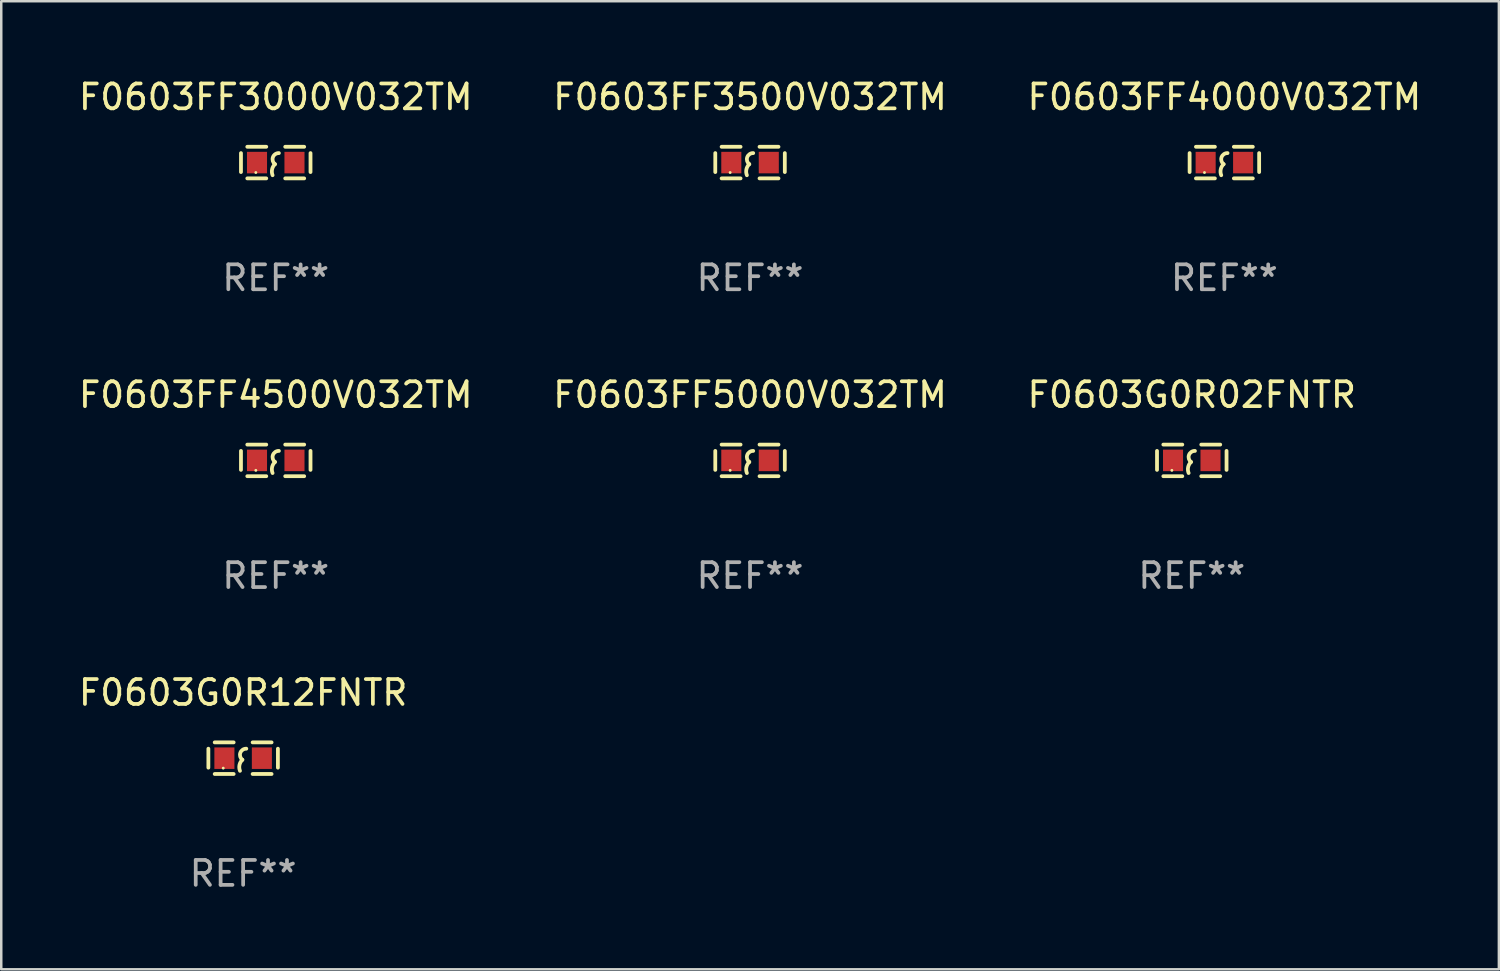
<source format=kicad_pcb>
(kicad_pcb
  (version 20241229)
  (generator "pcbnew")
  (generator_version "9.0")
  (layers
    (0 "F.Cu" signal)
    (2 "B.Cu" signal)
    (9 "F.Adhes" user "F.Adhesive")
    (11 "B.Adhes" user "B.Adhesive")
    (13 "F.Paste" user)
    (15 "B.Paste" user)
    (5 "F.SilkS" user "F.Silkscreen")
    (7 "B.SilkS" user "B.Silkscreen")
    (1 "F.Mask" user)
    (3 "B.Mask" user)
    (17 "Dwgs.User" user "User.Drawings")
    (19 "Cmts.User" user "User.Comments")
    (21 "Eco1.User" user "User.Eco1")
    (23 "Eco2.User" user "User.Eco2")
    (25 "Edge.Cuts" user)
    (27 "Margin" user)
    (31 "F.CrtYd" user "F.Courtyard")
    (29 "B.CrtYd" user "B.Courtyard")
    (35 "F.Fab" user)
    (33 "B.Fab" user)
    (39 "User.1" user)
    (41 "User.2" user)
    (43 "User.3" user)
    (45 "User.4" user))
  (footprint "F0603G0R02FNTR"
    (layer "F.Cu")
    (at 44.839 15.45)
    (property "Reference" "F0603G0R02FNTR" (at 0 -2.635 0) (layer "F.SilkS") (effects (font (size 1 1) (thickness 0.15))))
    (attr through_hole)
    (fp_line (start -1.397 -0.381) (end -1.397 0.381) (stroke (width 0.152) (type solid)) (layer "F.SilkS"))
    (fp_line (start -0.381 -0.635) (end -1.143 -0.635) (stroke (width 0.152) (type solid)) (layer "F.SilkS"))
    (fp_line (start -0.381 0.635) (end -1.143 0.635) (stroke (width 0.152) (type solid)) (layer "F.SilkS"))
    (fp_line (start 0.381 -0.635) (end 1.143 -0.635) (stroke (width 0.152) (type solid)) (layer "F.SilkS"))
    (fp_line (start 0.381 0.635) (end 1.143 0.635) (stroke (width 0.152) (type solid)) (layer "F.SilkS"))
    (fp_line (start 1.397 -0.381) (end 1.397 0.381) (stroke (width 0.152) (type solid)) (layer "F.SilkS"))
    (fp_arc (start -0.127 0.508001) (mid -0.146523 0.271131) (end -0.030861 0.0635) (stroke (width 0.151994) (type solid)) (layer "F.SilkS"))
    (fp_arc (start -0.03175 0.0635) (mid -0.113571 -0.216321) (end 0.127001 -0.381002) (stroke (width 0.151994) (type solid)) (layer "F.SilkS"))
    (fp_circle (center -0.8 0.4) (end -0.77 0.4) (stroke (width 0.06) (type solid)) (fill no) (layer "F.SilkS"))
    (fp_text user "REF**" (at 0 4.635 0) (layer "F.Fab") (effects (font (size 1 1) (thickness 0.15))))
    (pad "1" smd rect (at -0.753 0) (size 0.806 0.864) (layers "F.Cu" "F.Mask" "F.Paste"))
    (pad "2" smd rect (at 0.753 0) (size 0.806 0.864) (layers "F.Cu" "F.Mask" "F.Paste")))
  (footprint "F0603G0R12FNTR"
    (layer "F.Cu")
    (at 6.72 27.416)
    (property "Reference" "F0603G0R12FNTR" (at 0 -2.635 0) (layer "F.SilkS") (effects (font (size 1 1) (thickness 0.15))))
    (attr through_hole)
    (fp_line (start -1.397 -0.381) (end -1.397 0.381) (stroke (width 0.152) (type solid)) (layer "F.SilkS"))
    (fp_line (start -0.381 -0.635) (end -1.143 -0.635) (stroke (width 0.152) (type solid)) (layer "F.SilkS"))
    (fp_line (start -0.381 0.635) (end -1.143 0.635) (stroke (width 0.152) (type solid)) (layer "F.SilkS"))
    (fp_line (start 0.381 -0.635) (end 1.143 -0.635) (stroke (width 0.152) (type solid)) (layer "F.SilkS"))
    (fp_line (start 0.381 0.635) (end 1.143 0.635) (stroke (width 0.152) (type solid)) (layer "F.SilkS"))
    (fp_line (start 1.397 -0.381) (end 1.397 0.381) (stroke (width 0.152) (type solid)) (layer "F.SilkS"))
    (fp_arc (start -0.127 0.508001) (mid -0.146523 0.271131) (end -0.030861 0.0635) (stroke (width 0.151994) (type solid)) (layer "F.SilkS"))
    (fp_arc (start -0.03175 0.0635) (mid -0.113571 -0.216321) (end 0.127001 -0.381002) (stroke (width 0.151994) (type solid)) (layer "F.SilkS"))
    (fp_circle (center -0.8 0.4) (end -0.77 0.4) (stroke (width 0.06) (type solid)) (fill no) (layer "F.SilkS"))
    (fp_text user "REF**" (at 0 4.635 0) (layer "F.Fab") (effects (font (size 1 1) (thickness 0.15))))
    (pad "1" smd rect (at -0.753 0) (size 0.806 0.864) (layers "F.Cu" "F.Mask" "F.Paste"))
    (pad "2" smd rect (at 0.753 0) (size 0.806 0.864) (layers "F.Cu" "F.Mask" "F.Paste")))
  (footprint "F0603FF3500V032TM"
    (layer "F.Cu")
    (at 27.089 3.483)
    (property "Reference" "F0603FF3500V032TM" (at 0 -2.635 0) (layer "F.SilkS") (effects (font (size 1 1) (thickness 0.15))))
    (attr through_hole)
    (fp_line (start -1.397 -0.381) (end -1.397 0.381) (stroke (width 0.152) (type solid)) (layer "F.SilkS"))
    (fp_line (start -0.381 -0.635) (end -1.143 -0.635) (stroke (width 0.152) (type solid)) (layer "F.SilkS"))
    (fp_line (start -0.381 0.635) (end -1.143 0.635) (stroke (width 0.152) (type solid)) (layer "F.SilkS"))
    (fp_line (start 0.381 -0.635) (end 1.143 -0.635) (stroke (width 0.152) (type solid)) (layer "F.SilkS"))
    (fp_line (start 0.381 0.635) (end 1.143 0.635) (stroke (width 0.152) (type solid)) (layer "F.SilkS"))
    (fp_line (start 1.397 -0.381) (end 1.397 0.381) (stroke (width 0.152) (type solid)) (layer "F.SilkS"))
    (fp_arc (start -0.127 0.508001) (mid -0.146523 0.271131) (end -0.030861 0.0635) (stroke (width 0.151994) (type solid)) (layer "F.SilkS"))
    (fp_arc (start -0.03175 0.0635) (mid -0.113571 -0.216321) (end 0.127001 -0.381002) (stroke (width 0.151994) (type solid)) (layer "F.SilkS"))
    (fp_circle (center -0.8 0.4) (end -0.77 0.4) (stroke (width 0.06) (type solid)) (fill no) (layer "F.SilkS"))
    (fp_text user "REF**" (at 0 4.635 0) (layer "F.Fab") (effects (font (size 1 1) (thickness 0.15))))
    (pad "1" smd rect (at -0.753 0) (size 0.806 0.864) (layers "F.Cu" "F.Mask" "F.Paste"))
    (pad "2" smd rect (at 0.753 0) (size 0.806 0.864) (layers "F.Cu" "F.Mask" "F.Paste")))
  (footprint "F0603FF4000V032TM"
    (layer "F.Cu")
    (at 46.149 3.483)
    (property "Reference" "F0603FF4000V032TM" (at 0 -2.635 0) (layer "F.SilkS") (effects (font (size 1 1) (thickness 0.15))))
    (attr through_hole)
    (fp_line (start -1.397 -0.381) (end -1.397 0.381) (stroke (width 0.152) (type solid)) (layer "F.SilkS"))
    (fp_line (start -0.381 -0.635) (end -1.143 -0.635) (stroke (width 0.152) (type solid)) (layer "F.SilkS"))
    (fp_line (start -0.381 0.635) (end -1.143 0.635) (stroke (width 0.152) (type solid)) (layer "F.SilkS"))
    (fp_line (start 0.381 -0.635) (end 1.143 -0.635) (stroke (width 0.152) (type solid)) (layer "F.SilkS"))
    (fp_line (start 0.381 0.635) (end 1.143 0.635) (stroke (width 0.152) (type solid)) (layer "F.SilkS"))
    (fp_line (start 1.397 -0.381) (end 1.397 0.381) (stroke (width 0.152) (type solid)) (layer "F.SilkS"))
    (fp_arc (start -0.127 0.508001) (mid -0.146523 0.271131) (end -0.030861 0.0635) (stroke (width 0.151994) (type solid)) (layer "F.SilkS"))
    (fp_arc (start -0.03175 0.0635) (mid -0.113571 -0.216321) (end 0.127001 -0.381002) (stroke (width 0.151994) (type solid)) (layer "F.SilkS"))
    (fp_circle (center -0.8 0.4) (end -0.77 0.4) (stroke (width 0.06) (type solid)) (fill no) (layer "F.SilkS"))
    (fp_text user "REF**" (at 0 4.635 0) (layer "F.Fab") (effects (font (size 1 1) (thickness 0.15))))
    (pad "1" smd rect (at -0.753 0) (size 0.806 0.864) (layers "F.Cu" "F.Mask" "F.Paste"))
    (pad "2" smd rect (at 0.753 0) (size 0.806 0.864) (layers "F.Cu" "F.Mask" "F.Paste")))
  (footprint "F0603FF3000V032TM"
    (layer "F.Cu")
    (at 8.03 3.483)
    (property "Reference" "F0603FF3000V032TM" (at 0 -2.635 0) (layer "F.SilkS") (effects (font (size 1 1) (thickness 0.15))))
    (attr through_hole)
    (fp_line (start -1.397 -0.381) (end -1.397 0.381) (stroke (width 0.152) (type solid)) (layer "F.SilkS"))
    (fp_line (start -0.381 -0.635) (end -1.143 -0.635) (stroke (width 0.152) (type solid)) (layer "F.SilkS"))
    (fp_line (start -0.381 0.635) (end -1.143 0.635) (stroke (width 0.152) (type solid)) (layer "F.SilkS"))
    (fp_line (start 0.381 -0.635) (end 1.143 -0.635) (stroke (width 0.152) (type solid)) (layer "F.SilkS"))
    (fp_line (start 0.381 0.635) (end 1.143 0.635) (stroke (width 0.152) (type solid)) (layer "F.SilkS"))
    (fp_line (start 1.397 -0.381) (end 1.397 0.381) (stroke (width 0.152) (type solid)) (layer "F.SilkS"))
    (fp_arc (start -0.127 0.508001) (mid -0.146523 0.271131) (end -0.030861 0.0635) (stroke (width 0.151994) (type solid)) (layer "F.SilkS"))
    (fp_arc (start -0.03175 0.0635) (mid -0.113571 -0.216321) (end 0.127001 -0.381002) (stroke (width 0.151994) (type solid)) (layer "F.SilkS"))
    (fp_circle (center -0.8 0.4) (end -0.77 0.4) (stroke (width 0.06) (type solid)) (fill no) (layer "F.SilkS"))
    (fp_text user "REF**" (at 0 4.635 0) (layer "F.Fab") (effects (font (size 1 1) (thickness 0.15))))
    (pad "1" smd rect (at -0.753 0) (size 0.806 0.864) (layers "F.Cu" "F.Mask" "F.Paste"))
    (pad "2" smd rect (at 0.753 0) (size 0.806 0.864) (layers "F.Cu" "F.Mask" "F.Paste")))
  (footprint "F0603FF5000V032TM"
    (layer "F.Cu")
    (at 27.089 15.45)
    (property "Reference" "F0603FF5000V032TM" (at 0 -2.635 0) (layer "F.SilkS") (effects (font (size 1 1) (thickness 0.15))))
    (attr through_hole)
    (fp_line (start -1.397 -0.381) (end -1.397 0.381) (stroke (width 0.152) (type solid)) (layer "F.SilkS"))
    (fp_line (start -0.381 -0.635) (end -1.143 -0.635) (stroke (width 0.152) (type solid)) (layer "F.SilkS"))
    (fp_line (start -0.381 0.635) (end -1.143 0.635) (stroke (width 0.152) (type solid)) (layer "F.SilkS"))
    (fp_line (start 0.381 -0.635) (end 1.143 -0.635) (stroke (width 0.152) (type solid)) (layer "F.SilkS"))
    (fp_line (start 0.381 0.635) (end 1.143 0.635) (stroke (width 0.152) (type solid)) (layer "F.SilkS"))
    (fp_line (start 1.397 -0.381) (end 1.397 0.381) (stroke (width 0.152) (type solid)) (layer "F.SilkS"))
    (fp_arc (start -0.127 0.508001) (mid -0.146523 0.271131) (end -0.030861 0.0635) (stroke (width 0.151994) (type solid)) (layer "F.SilkS"))
    (fp_arc (start -0.03175 0.0635) (mid -0.113571 -0.216321) (end 0.127001 -0.381002) (stroke (width 0.151994) (type solid)) (layer "F.SilkS"))
    (fp_circle (center -0.8 0.4) (end -0.77 0.4) (stroke (width 0.06) (type solid)) (fill no) (layer "F.SilkS"))
    (fp_text user "REF**" (at 0 4.635 0) (layer "F.Fab") (effects (font (size 1 1) (thickness 0.15))))
    (pad "1" smd rect (at -0.753 0) (size 0.806 0.864) (layers "F.Cu" "F.Mask" "F.Paste"))
    (pad "2" smd rect (at 0.753 0) (size 0.806 0.864) (layers "F.Cu" "F.Mask" "F.Paste")))
  (footprint "F0603FF4500V032TM"
    (layer "F.Cu")
    (at 8.03 15.45)
    (property "Reference" "F0603FF4500V032TM" (at 0 -2.635 0) (layer "F.SilkS") (effects (font (size 1 1) (thickness 0.15))))
    (attr through_hole)
    (fp_line (start -1.397 -0.381) (end -1.397 0.381) (stroke (width 0.152) (type solid)) (layer "F.SilkS"))
    (fp_line (start -0.381 -0.635) (end -1.143 -0.635) (stroke (width 0.152) (type solid)) (layer "F.SilkS"))
    (fp_line (start -0.381 0.635) (end -1.143 0.635) (stroke (width 0.152) (type solid)) (layer "F.SilkS"))
    (fp_line (start 0.381 -0.635) (end 1.143 -0.635) (stroke (width 0.152) (type solid)) (layer "F.SilkS"))
    (fp_line (start 0.381 0.635) (end 1.143 0.635) (stroke (width 0.152) (type solid)) (layer "F.SilkS"))
    (fp_line (start 1.397 -0.381) (end 1.397 0.381) (stroke (width 0.152) (type solid)) (layer "F.SilkS"))
    (fp_arc (start -0.127 0.508001) (mid -0.146523 0.271131) (end -0.030861 0.0635) (stroke (width 0.151994) (type solid)) (layer "F.SilkS"))
    (fp_arc (start -0.03175 0.0635) (mid -0.113571 -0.216321) (end 0.127001 -0.381002) (stroke (width 0.151994) (type solid)) (layer "F.SilkS"))
    (fp_circle (center -0.8 0.4) (end -0.77 0.4) (stroke (width 0.06) (type solid)) (fill no) (layer "F.SilkS"))
    (fp_text user "REF**" (at 0 4.635 0) (layer "F.Fab") (effects (font (size 1 1) (thickness 0.15))))
    (pad "1" smd rect (at -0.753 0) (size 0.806 0.864) (layers "F.Cu" "F.Mask" "F.Paste"))
    (pad "2" smd rect (at 0.753 0) (size 0.806 0.864) (layers "F.Cu" "F.Mask" "F.Paste")))
  (gr_rect
    (start -3 -3)
    (end 57.179 35.9)
    (stroke (width 0.1) (type default))
    (fill no)
    (layer "Edge.Cuts")))
</source>
